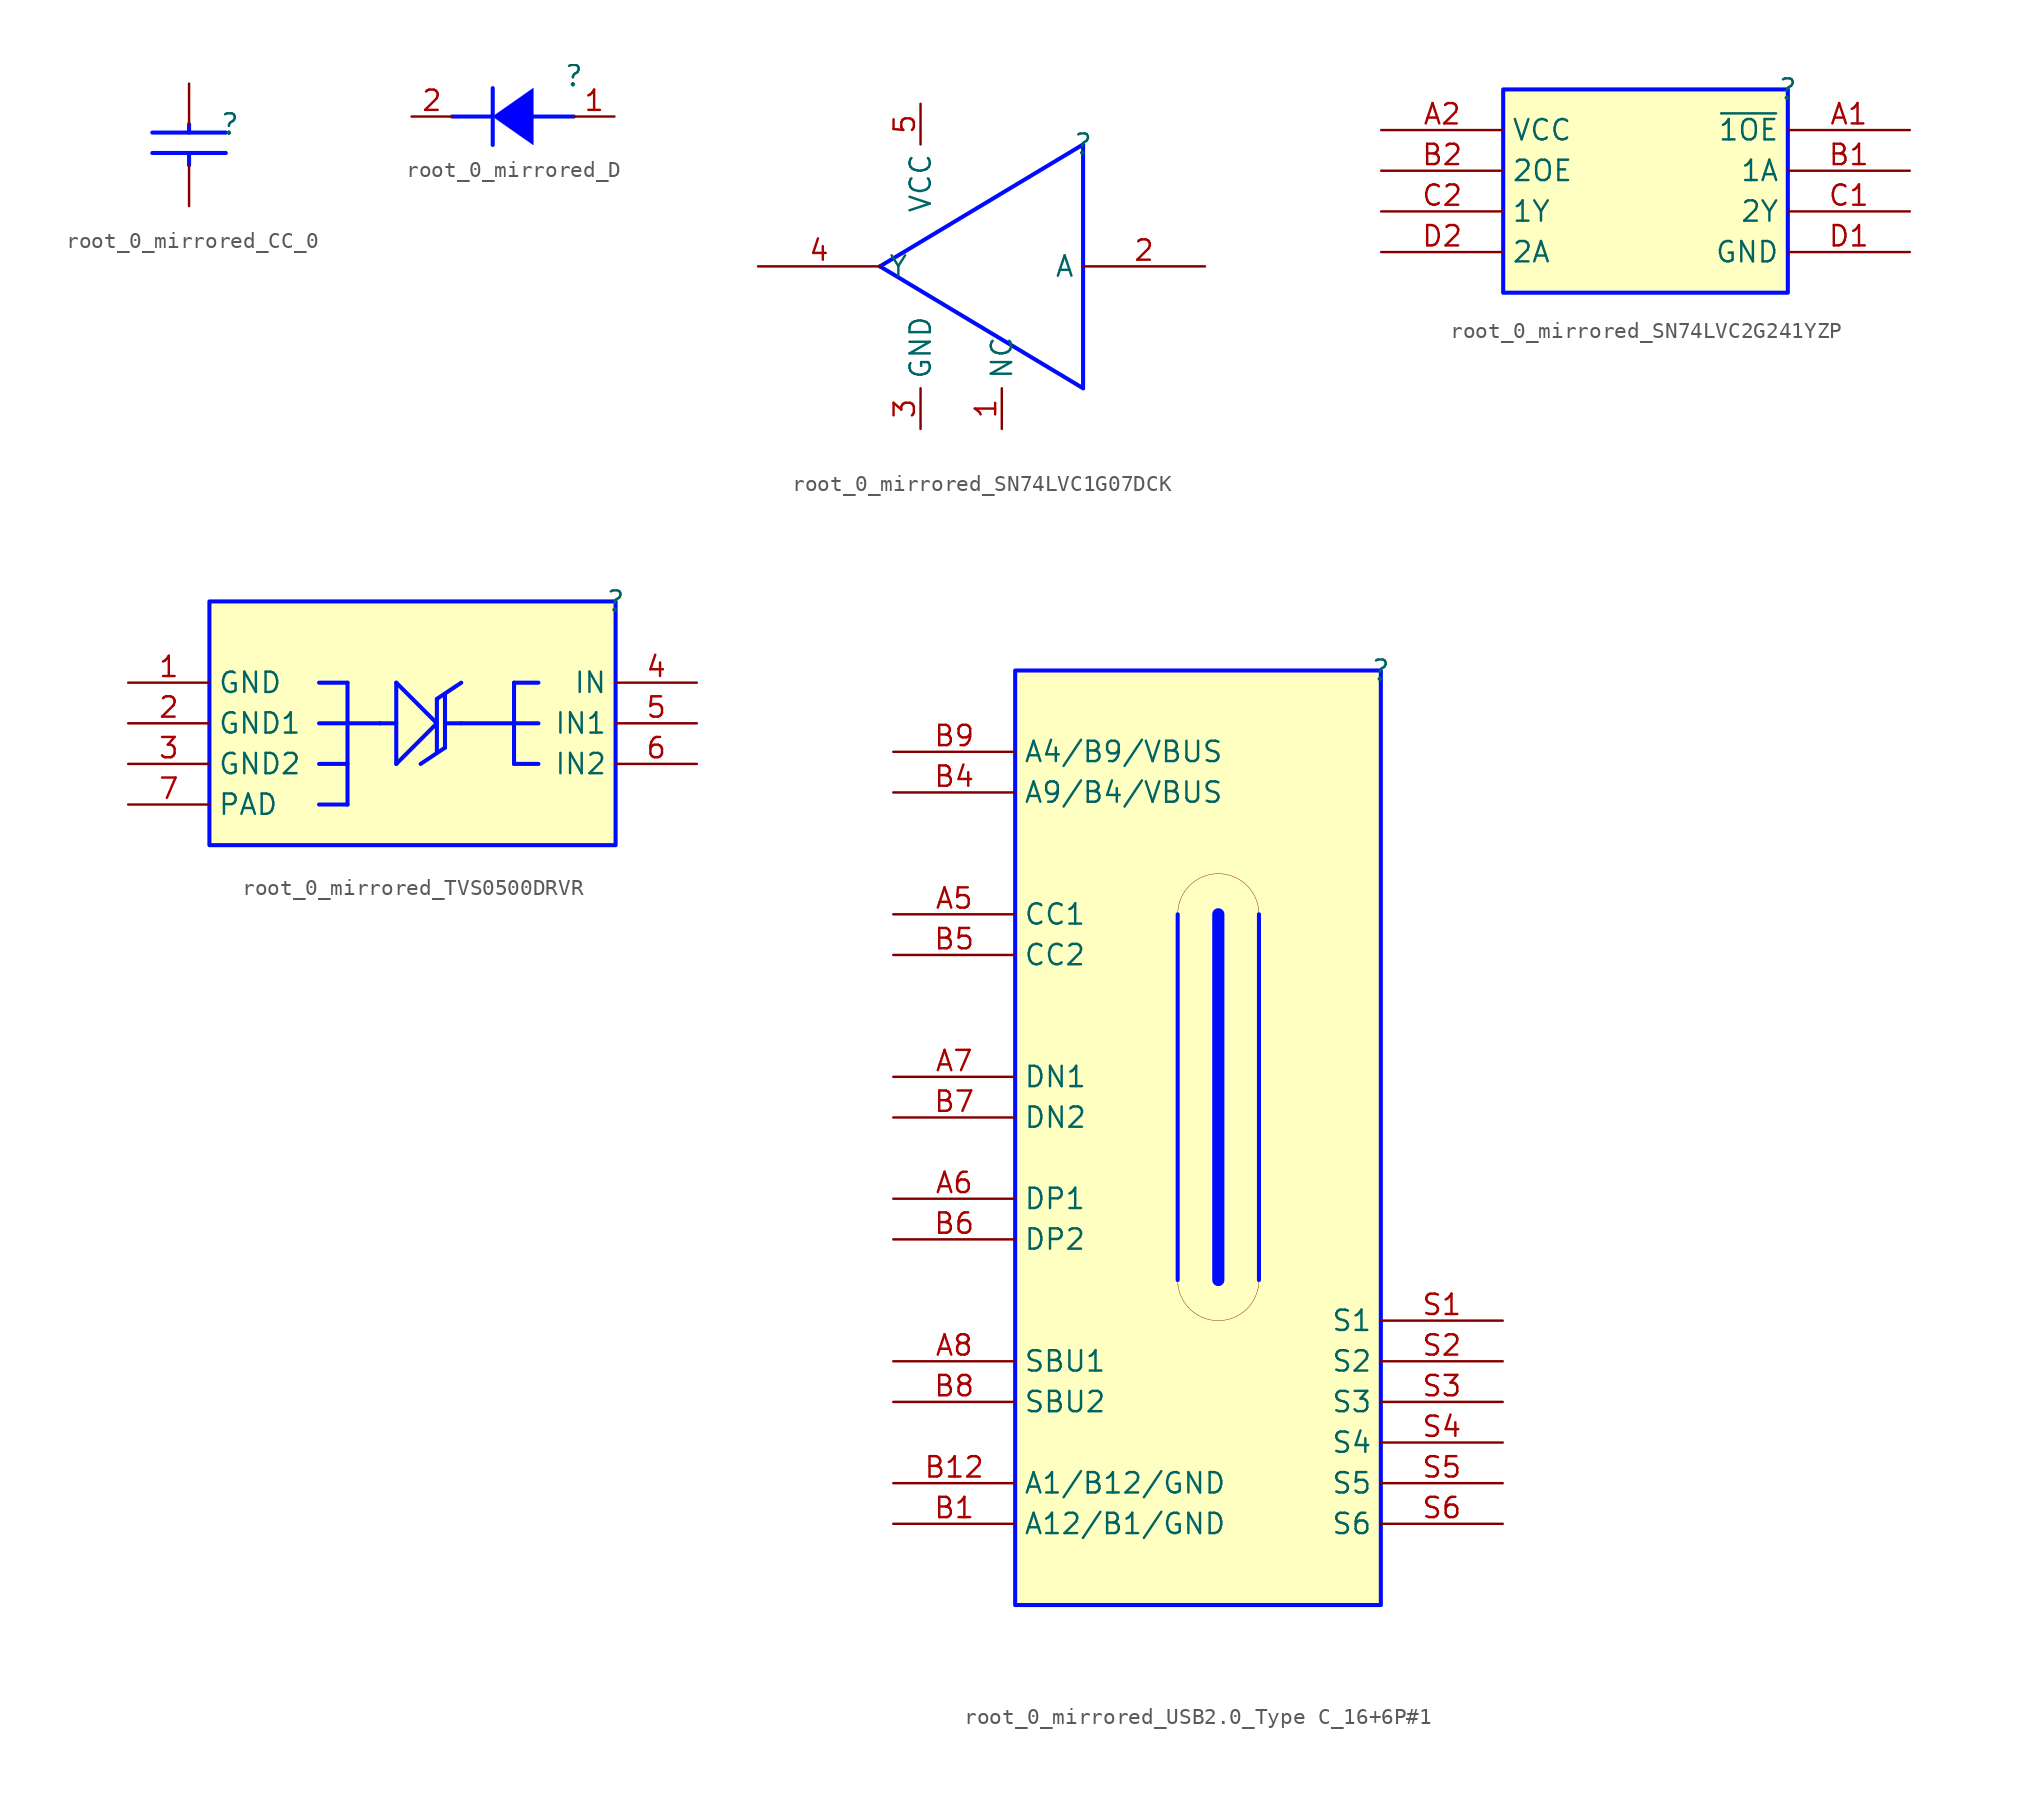
<source format=kicad_sym>
(kicad_symbol_lib
  (version 20231120)
  (generator "kicad_symbol_editor")
  (generator_version "8.0")
  (symbol "root_0_mirrored_CC_0"
    (property "Reference" ""
      (at 0 0 0)
      (effects (font (size 1.27 1.27))))
    (property "Value" ""
      (at 0 0 0)
      (effects (font (size 1.27 1.27))))
    (symbol "root_0_mirrored_CC_0_1_0"
      (polyline (pts (xy -2.54 -2.54) (xy -2.54 -1.778)) (stroke (width 0.254) (type solid) (color 0 11 255 1)) (fill (type none)))
      (polyline (pts (xy -2.54 0) (xy -2.54 -0.508)) (stroke (width 0.254) (type solid) (color 0 11 255 1)) (fill (type none)))
      (polyline (pts (xy -0.254 -1.778) (xy -4.826 -1.778)) (stroke (width 0.254) (type solid) (color 0 11 255 1)) (fill (type none)))
      (polyline (pts (xy -0.254 -0.508) (xy -4.826 -0.508)) (stroke (width 0.254) (type solid) (color 0 11 255 1)) (fill (type none)))
      (pin passive line (at -2.54 2.54 270) (length 2.54) (name "1" (effects (font (size 0 0)))) (number "1" (effects (font (size 0 0)))))
      (pin passive line (at -2.54 -5.08 90) (length 2.54) (name "2" (effects (font (size 0 0)))) (number "2" (effects (font (size 0 0)))))))
  (symbol "root_0_mirrored_D"
    (property "Reference" ""
      (at 0 0 0)
      (effects (font (size 1.27 1.27))))
    (property "Value" ""
      (at 0 0 0)
      (effects (font (size 1.27 1.27))))
    (symbol "root_0_mirrored_D_1_0"
      (polyline (pts (xy -5.08 -2.54) (xy -7.62 -2.54)) (stroke (width 0.254) (type solid) (color 0 11 255 1)) (fill (type none)))
      (polyline (pts (xy -5.08 -0.762) (xy -5.08 -4.318)) (stroke (width 0.254) (type solid) (color 0 11 255 1)) (fill (type none)))
      (polyline (pts (xy 0 -2.54) (xy -2.54 -2.54)) (stroke (width 0.254) (type solid) (color 0 11 255 1)) (fill (type none)))
      (polyline (pts (xy -5.08 -2.54) (xy -5.08 -2.54) (xy -2.54 -4.318) (xy -2.54 -0.762) (xy -5.08 -2.54) (xy -5.08 -2.54)) (stroke (width 0.025) (type solid) (color 0 11 255 1)) (fill (type color) (color 0 0 255 1)))
      (pin passive line (at 2.54 -2.54 180) (length 2.54) (name "A" (effects (font (size 0 0)))) (number "1" (effects (font (size 1.27 1.27)))))
      (pin passive line (at -10.16 -2.54 0) (length 2.54) (name "C" (effects (font (size 0 0)))) (number "2" (effects (font (size 1.27 1.27)))))))
  (symbol "root_0_mirrored_SN74LVC1G07DCK"
    (property "Reference" ""
      (at 0 0 0)
      (effects (font (size 1.27 1.27))))
    (property "Value" ""
      (at 0 0 0)
      (effects (font (size 1.27 1.27))))
    (symbol "root_0_mirrored_SN74LVC1G07DCK_1_0"
      (polyline (pts (xy -12.7 -7.62) (xy 0 0)) (stroke (width 0.254) (type solid) (color 0 11 255 1)) (fill (type none)))
      (polyline (pts (xy 0 -15.24) (xy -12.7 -7.62)) (stroke (width 0.254) (type solid) (color 0 11 255 1)) (fill (type none)))
      (polyline (pts (xy 0 0) (xy 0 -15.24)) (stroke (width 0.254) (type solid) (color 0 11 255 1)) (fill (type none)))
      (pin passive line (at -5.08 -17.78 90) (length 2.54) (name "NC" (effects (font (size 1.27 1.27)))) (number "1" (effects (font (size 1.27 1.27)))))
      (pin input line (at 7.62 -7.62 180) (length 7.62) (name "A" (effects (font (size 1.27 1.27)))) (number "2" (effects (font (size 1.27 1.27)))))
      (pin power_in line (at -10.16 -17.78 90) (length 2.54) (name "GND" (effects (font (size 1.27 1.27)))) (number "3" (effects (font (size 1.27 1.27)))))
      (pin passive line (at -20.32 -7.62 0) (length 7.62) (name "Y" (effects (font (size 1.27 1.27)))) (number "4" (effects (font (size 1.27 1.27)))))
      (pin power_in line (at -10.16 2.54 270) (length 2.54) (name "VCC" (effects (font (size 1.27 1.27)))) (number "5" (effects (font (size 1.27 1.27)))))))
  (symbol "root_0_mirrored_SN74LVC2G241YZP"
    (property "Reference" ""
      (at 0 0 0)
      (effects (font (size 1.27 1.27))))
    (property "Value" ""
      (at 0 0 0)
      (effects (font (size 1.27 1.27))))
    (symbol "root_0_mirrored_SN74LVC2G241YZP_1_0"
      (rectangle (start 0 0) (end -17.78 -12.7) (stroke (width 0.254) (type solid) (color 0 11 255 1)) (fill (type background)))
      (pin input line (at 7.62 -2.54 180) (length 7.62) (name "~{1OE}" (effects (font (size 1.27 1.27)))) (number "A1" (effects (font (size 1.27 1.27)))))
      (pin power_in line (at -25.4 -2.54 0) (length 7.62) (name "VCC" (effects (font (size 1.27 1.27)))) (number "A2" (effects (font (size 1.27 1.27)))))
      (pin passive line (at 7.62 -5.08 180) (length 7.62) (name "1A" (effects (font (size 1.27 1.27)))) (number "B1" (effects (font (size 1.27 1.27)))))
      (pin passive line (at -25.4 -5.08 0) (length 7.62) (name "2OE" (effects (font (size 1.27 1.27)))) (number "B2" (effects (font (size 1.27 1.27)))))
      (pin passive line (at 7.62 -7.62 180) (length 7.62) (name "2Y" (effects (font (size 1.27 1.27)))) (number "C1" (effects (font (size 1.27 1.27)))))
      (pin passive line (at -25.4 -7.62 0) (length 7.62) (name "1Y" (effects (font (size 1.27 1.27)))) (number "C2" (effects (font (size 1.27 1.27)))))
      (pin power_in line (at 7.62 -10.16 180) (length 7.62) (name "GND" (effects (font (size 1.27 1.27)))) (number "D1" (effects (font (size 1.27 1.27)))))
      (pin passive line (at -25.4 -10.16 0) (length 7.62) (name "2A" (effects (font (size 1.27 1.27)))) (number "D2" (effects (font (size 1.27 1.27)))))))
  (symbol "root_0_mirrored_TVS0500DRVR"
    (property "Reference" ""
      (at 0 0 0)
      (effects (font (size 1.27 1.27))))
    (property "Value" ""
      (at 0 0 0)
      (effects (font (size 1.27 1.27))))
    (symbol "root_0_mirrored_TVS0500DRVR_1_0"
      (rectangle (start 0 0) (end -25.4 -15.24) (stroke (width 0.254) (type solid) (color 0 11 255 1)) (fill (type background)))
      (polyline (pts (xy -16.764 -12.7) (xy -18.542 -12.7)) (stroke (width 0.254) (type solid) (color 0 11 255 1)) (fill (type none)))
      (polyline (pts (xy -16.764 -10.16) (xy -18.542 -10.16)) (stroke (width 0.254) (type solid) (color 0 11 255 1)) (fill (type none)))
      (polyline (pts (xy -16.764 -7.62) (xy -18.542 -7.62)) (stroke (width 0.254) (type solid) (color 0 11 255 1)) (fill (type none)))
      (polyline (pts (xy -16.764 -5.08) (xy -18.542 -5.08)) (stroke (width 0.254) (type solid) (color 0 11 255 1)) (fill (type none)))
      (polyline (pts (xy -16.764 -5.08) (xy -16.764 -12.7)) (stroke (width 0.254) (type solid) (color 0 11 255 1)) (fill (type none)))
      (polyline (pts (xy -14.732 -7.62) (xy -16.764 -7.62)) (stroke (width 0.254) (type solid) (color 0 11 255 1)) (fill (type none)))
      (polyline (pts (xy -14.732 -7.62) (xy -13.716 -7.62)) (stroke (width 0.254) (type solid) (color 0 11 255 1)) (fill (type none)))
      (polyline (pts (xy -13.716 -10.16) (xy -13.716 -5.08)) (stroke (width 0.254) (type solid) (color 0 11 255 1)) (fill (type none)))
      (polyline (pts (xy -13.716 -5.08) (xy -11.176 -7.62)) (stroke (width 0.254) (type solid) (color 0 11 255 1)) (fill (type none)))
      (polyline (pts (xy -11.176 -9.398) (xy -11.176 -7.62)) (stroke (width 0.254) (type solid) (color 0 11 255 1)) (fill (type none)))
      (polyline (pts (xy -11.176 -7.62) (xy -13.716 -10.16)) (stroke (width 0.254) (type solid) (color 0 11 255 1)) (fill (type none)))
      (polyline (pts (xy -11.176 -7.62) (xy -11.176 -6.096)) (stroke (width 0.254) (type solid) (color 0 11 255 1)) (fill (type none)))
      (polyline (pts (xy -11.176 -6.096) (xy -9.652 -5.08)) (stroke (width 0.254) (type solid) (color 0 11 255 1)) (fill (type none)))
      (polyline (pts (xy -10.668 -9.144) (xy -12.192 -10.16)) (stroke (width 0.254) (type solid) (color 0 11 255 1)) (fill (type none)))
      (polyline (pts (xy -10.668 -7.62) (xy -10.668 -9.144)) (stroke (width 0.254) (type solid) (color 0 11 255 1)) (fill (type none)))
      (polyline (pts (xy -10.668 -7.62) (xy -9.652 -7.62)) (stroke (width 0.254) (type solid) (color 0 11 255 1)) (fill (type none)))
      (polyline (pts (xy -10.668 -5.842) (xy -10.668 -7.62)) (stroke (width 0.254) (type solid) (color 0 11 255 1)) (fill (type none)))
      (polyline (pts (xy -9.652 -7.62) (xy -6.35 -7.62)) (stroke (width 0.254) (type solid) (color 0 11 255 1)) (fill (type none)))
      (polyline (pts (xy -6.35 -10.16) (xy -4.826 -10.16)) (stroke (width 0.254) (type solid) (color 0 11 255 1)) (fill (type none)))
      (polyline (pts (xy -6.35 -7.62) (xy -6.35 -10.16)) (stroke (width 0.254) (type solid) (color 0 11 255 1)) (fill (type none)))
      (polyline (pts (xy -6.35 -7.62) (xy -6.35 -5.08)) (stroke (width 0.254) (type solid) (color 0 11 255 1)) (fill (type none)))
      (polyline (pts (xy -6.35 -7.62) (xy -4.826 -7.62)) (stroke (width 0.254) (type solid) (color 0 11 255 1)) (fill (type none)))
      (polyline (pts (xy -6.35 -5.08) (xy -4.826 -5.08)) (stroke (width 0.254) (type solid) (color 0 11 255 1)) (fill (type none)))
      (pin passive line (at -30.48 -5.08 0) (length 5.08) (name "GND" (effects (font (size 1.27 1.27)))) (number "1" (effects (font (size 1.27 1.27)))))
      (pin passive line (at -30.48 -7.62 0) (length 5.08) (name "GND1" (effects (font (size 1.27 1.27)))) (number "2" (effects (font (size 1.27 1.27)))))
      (pin passive line (at -30.48 -10.16 0) (length 5.08) (name "GND2" (effects (font (size 1.27 1.27)))) (number "3" (effects (font (size 1.27 1.27)))))
      (pin passive line (at 5.08 -5.08 180) (length 5.08) (name "IN" (effects (font (size 1.27 1.27)))) (number "4" (effects (font (size 1.27 1.27)))))
      (pin passive line (at 5.08 -7.62 180) (length 5.08) (name "IN1" (effects (font (size 1.27 1.27)))) (number "5" (effects (font (size 1.27 1.27)))))
      (pin passive line (at 5.08 -10.16 180) (length 5.08) (name "IN2" (effects (font (size 1.27 1.27)))) (number "6" (effects (font (size 1.27 1.27)))))
      (pin passive line (at -30.48 -12.7 0) (length 5.08) (name "PAD" (effects (font (size 1.27 1.27)))) (number "7" (effects (font (size 1.27 1.27)))))))
  (symbol "root_0_mirrored_USB2.0_Type C_16+6P#1"
    (property "Reference" ""
      (at 0 0 0)
      (effects (font (size 1.27 1.27))))
    (property "Value" ""
      (at 0 0 0)
      (effects (font (size 1.27 1.27))))
    (symbol "root_0_mirrored_USB2.0_Type C_16+6P#1_1_0"
      (arc (start -12.7 -38.1) (mid -10.16 -40.64) (end -7.62 -38.1) (stroke (width 0.0254) (type solid)) (fill (type none)))
      (arc (start -7.62 -15.24) (mid -10.16 -12.7) (end -12.7 -15.24) (stroke (width 0.0254) (type solid)) (fill (type none)))
      (rectangle (start 0 0) (end -22.86 -58.42) (stroke (width 0.254) (type solid) (color 0 11 255 1)) (fill (type background)))
      (polyline (pts (xy -12.7 -15.24) (xy -12.7 -38.1)) (stroke (width 0.254) (type solid) (color 0 11 255 1)) (fill (type none)))
      (polyline (pts (xy -10.16 -15.24) (xy -10.16 -38.1)) (stroke (width 0.762) (type solid) (color 0 11 255 1)) (fill (type none)))
      (polyline (pts (xy -7.62 -15.24) (xy -7.62 -38.1)) (stroke (width 0.254) (type solid) (color 0 11 255 1)) (fill (type none)))
      (pin passive line (at -30.48 -15.24 0) (length 7.62) (name "CC1" (effects (font (size 1.27 1.27)))) (number "A5" (effects (font (size 1.27 1.27)))))
      (pin passive line (at -30.48 -33.02 0) (length 7.62) (name "DP1" (effects (font (size 1.27 1.27)))) (number "A6" (effects (font (size 1.27 1.27)))))
      (pin passive line (at -30.48 -25.4 0) (length 7.62) (name "DN1" (effects (font (size 1.27 1.27)))) (number "A7" (effects (font (size 1.27 1.27)))))
      (pin passive line (at -30.48 -43.18 0) (length 7.62) (name "SBU1" (effects (font (size 1.27 1.27)))) (number "A8" (effects (font (size 1.27 1.27)))))
      (pin passive line (at -30.48 -53.34 0) (length 7.62) (name "A12/B1/GND" (effects (font (size 1.27 1.27)))) (number "B1" (effects (font (size 1.27 1.27)))))
      (pin passive line (at -30.48 -50.8 0) (length 7.62) (name "A1/B12/GND" (effects (font (size 1.27 1.27)))) (number "B12" (effects (font (size 1.27 1.27)))))
      (pin passive line (at -30.48 -7.62 0) (length 7.62) (name "A9/B4/VBUS" (effects (font (size 1.27 1.27)))) (number "B4" (effects (font (size 1.27 1.27)))))
      (pin passive line (at -30.48 -17.78 0) (length 7.62) (name "CC2" (effects (font (size 1.27 1.27)))) (number "B5" (effects (font (size 1.27 1.27)))))
      (pin passive line (at -30.48 -35.56 0) (length 7.62) (name "DP2" (effects (font (size 1.27 1.27)))) (number "B6" (effects (font (size 1.27 1.27)))))
      (pin passive line (at -30.48 -27.94 0) (length 7.62) (name "DN2" (effects (font (size 1.27 1.27)))) (number "B7" (effects (font (size 1.27 1.27)))))
      (pin passive line (at -30.48 -45.72 0) (length 7.62) (name "SBU2" (effects (font (size 1.27 1.27)))) (number "B8" (effects (font (size 1.27 1.27)))))
      (pin passive line (at -30.48 -5.08 0) (length 7.62) (name "A4/B9/VBUS" (effects (font (size 1.27 1.27)))) (number "B9" (effects (font (size 1.27 1.27)))))
      (pin passive line (at 7.62 -40.64 180) (length 7.62) (name "S1" (effects (font (size 1.27 1.27)))) (number "S1" (effects (font (size 1.27 1.27)))))
      (pin passive line (at 7.62 -43.18 180) (length 7.62) (name "S2" (effects (font (size 1.27 1.27)))) (number "S2" (effects (font (size 1.27 1.27)))))
      (pin passive line (at 7.62 -45.72 180) (length 7.62) (name "S3" (effects (font (size 1.27 1.27)))) (number "S3" (effects (font (size 1.27 1.27)))))
      (pin passive line (at 7.62 -48.26 180) (length 7.62) (name "S4" (effects (font (size 1.27 1.27)))) (number "S4" (effects (font (size 1.27 1.27)))))
      (pin passive line (at 7.62 -50.8 180) (length 7.62) (name "S5" (effects (font (size 1.27 1.27)))) (number "S5" (effects (font (size 1.27 1.27)))))
      (pin passive line (at 7.62 -53.34 180) (length 7.62) (name "S6" (effects (font (size 1.27 1.27)))) (number "S6" (effects (font (size 1.27 1.27))))))))
</source>
